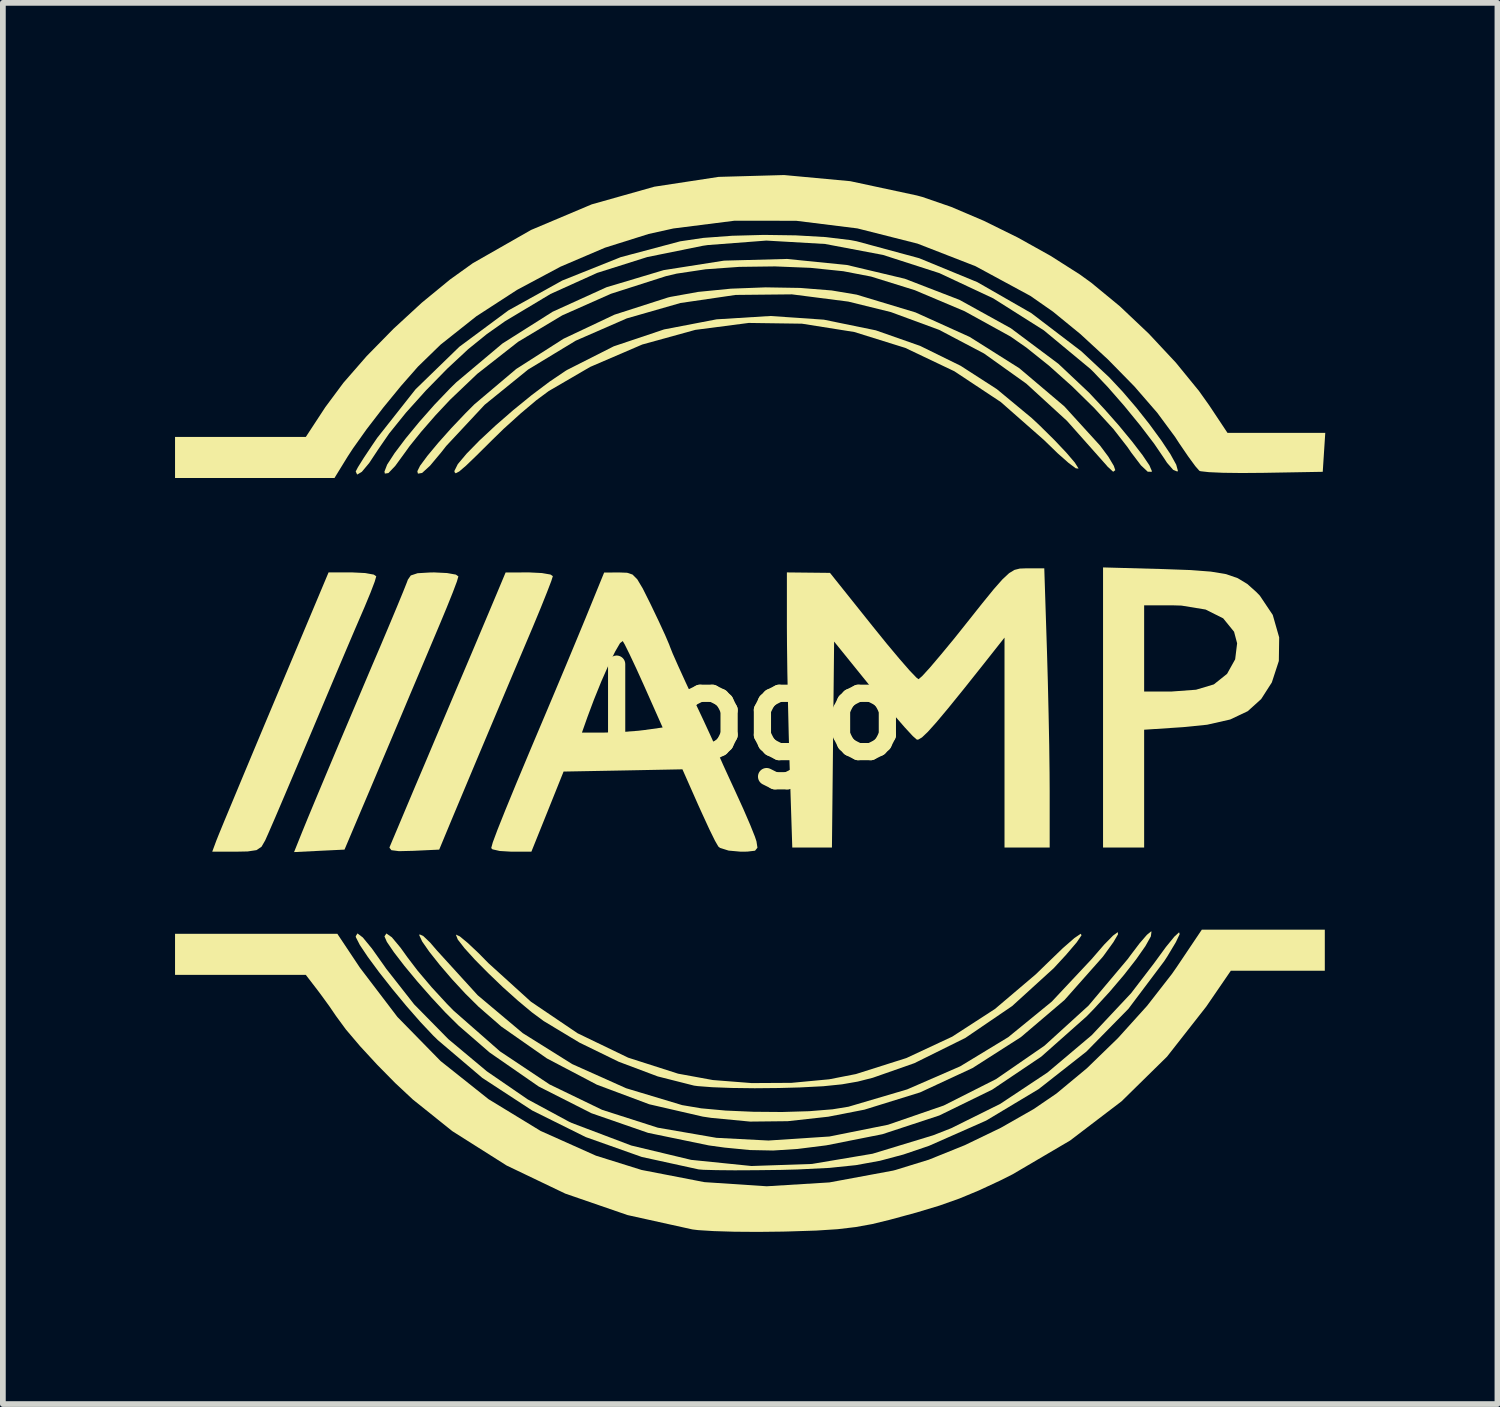
<source format=kicad_pcb>
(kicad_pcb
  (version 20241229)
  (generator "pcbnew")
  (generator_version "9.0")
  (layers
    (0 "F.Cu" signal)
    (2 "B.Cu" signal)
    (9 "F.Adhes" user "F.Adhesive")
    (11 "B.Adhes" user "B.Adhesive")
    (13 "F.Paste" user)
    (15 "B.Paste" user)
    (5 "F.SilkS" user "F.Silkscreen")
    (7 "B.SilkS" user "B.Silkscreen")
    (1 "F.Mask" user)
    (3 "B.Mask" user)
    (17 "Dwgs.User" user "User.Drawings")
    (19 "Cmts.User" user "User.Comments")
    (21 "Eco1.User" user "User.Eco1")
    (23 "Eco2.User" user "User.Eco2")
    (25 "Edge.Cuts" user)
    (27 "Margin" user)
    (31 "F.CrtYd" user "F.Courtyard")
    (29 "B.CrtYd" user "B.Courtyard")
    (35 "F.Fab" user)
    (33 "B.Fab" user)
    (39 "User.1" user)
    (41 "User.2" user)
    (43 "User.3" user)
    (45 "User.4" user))
  (footprint "Logo"
    (layer "F.Cu")
    (at 10.017 9.357)
    (property "Reference" "Logo" (at 0 0 0) (layer "F.SilkS") (effects (font (size 1.524 1.524) (thickness 0.3))))
    (attr board_only exclude_from_pos_files exclude_from_bom)
    (fp_poly (pts (xy -6.704 -2.422) (xy -6.554 -2.395) (xy -6.511 -2.365) (xy -6.538 -2.272) (xy -6.61 -2.083) (xy -6.713 -1.834) (xy -6.754 -1.739) (xy -6.879 -1.449) (xy -7.038 -1.076) (xy -7.211 -0.668) (xy -7.372 -0.286) (xy -7.651 0.376) (xy -7.897 0.957) (xy -8.105 1.447) (xy -8.27 1.834) (xy -8.389 2.108) (xy -8.446 2.236) (xy -8.51 2.347) (xy -8.598 2.406) (xy -8.752 2.429) (xy -8.953 2.433) (xy -9.369 2.433) (xy -9.296 2.236) (xy -9.251 2.124) (xy -9.158 1.898) (xy -9.023 1.574) (xy -8.854 1.168) (xy -8.658 0.699) (xy -8.442 0.183) (xy -8.282 -0.197) (xy -7.342 -2.433) (xy -6.927 -2.433)) (stroke (width 0) (type solid)) (fill yes) (layer "F.SilkS"))
    (fp_poly (pts (xy -5.277 -2.422) (xy -5.124 -2.395) (xy -5.08 -2.364) (xy -5.106 -2.274) (xy -5.178 -2.083) (xy -5.284 -1.819) (xy -5.392 -1.559) (xy -5.548 -1.189) (xy -5.735 -0.746) (xy -5.928 -0.29) (xy -6.08 0.072) (xy -6.256 0.489) (xy -6.447 0.94) (xy -6.628 1.369) (xy -6.761 1.681) (xy -7.064 2.397) (xy -7.503 2.418) (xy -7.943 2.44) (xy -7.805 2.096) (xy -7.706 1.854) (xy -7.557 1.496) (xy -7.364 1.036) (xy -7.134 0.489) (xy -6.872 -0.129) (xy -6.586 -0.804) (xy -6.44 -1.145) (xy -6.286 -1.51) (xy -6.15 -1.835) (xy -6.043 -2.095) (xy -5.976 -2.263) (xy -5.96 -2.307) (xy -5.909 -2.38) (xy -5.791 -2.419) (xy -5.572 -2.432) (xy -5.501 -2.433)) (stroke (width 0) (type solid)) (fill yes) (layer "F.SilkS"))
    (fp_poly (pts (xy -3.625 -2.422) (xy -3.475 -2.396) (xy -3.434 -2.368) (xy -3.461 -2.283) (xy -3.535 -2.09) (xy -3.645 -1.815) (xy -3.784 -1.48) (xy -3.87 -1.277) (xy -4.174 -0.559) (xy -4.475 0.155) (xy -4.76 0.832) (xy -5.015 1.44) (xy -5.206 1.896) (xy -5.414 2.397) (xy -5.864 2.418) (xy -6.115 2.424) (xy -6.247 2.407) (xy -6.281 2.364) (xy -6.276 2.347) (xy -6.227 2.23) (xy -6.131 2.003) (xy -5.998 1.687) (xy -5.837 1.305) (xy -5.656 0.879) (xy -5.466 0.429) (xy -5.275 -0.022) (xy -5.093 -0.452) (xy -5.011 -0.644) (xy -4.845 -1.035) (xy -4.686 -1.412) (xy -4.547 -1.741) (xy -4.444 -1.986) (xy -4.414 -2.057) (xy -4.257 -2.432) (xy -3.846 -2.433)) (stroke (width 0) (type solid)) (fill yes) (layer "F.SilkS"))
    (fp_poly (pts (xy 7.209 -2.491) (xy 7.679 -2.474) (xy 8.032 -2.447) (xy 8.297 -2.403) (xy 8.499 -2.333) (xy 8.666 -2.232) (xy 8.824 -2.091) (xy 8.885 -2.028) (xy 9.11 -1.692) (xy 9.222 -1.3) (xy 9.216 -0.89) (xy 9.094 -0.516) (xy 8.908 -0.226) (xy 8.674 -0.015) (xy 8.368 0.13) (xy 7.966 0.221) (xy 7.548 0.263) (xy 6.869 0.308) (xy 6.869 2.361) (xy 6.153 2.361) (xy 6.153 -1.86) (xy 6.869 -1.86) (xy 6.869 -0.358) (xy 7.352 -0.358) (xy 7.773 -0.389) (xy 8.081 -0.481) (xy 8.085 -0.483) (xy 8.314 -0.666) (xy 8.455 -0.919) (xy 8.489 -1.198) (xy 8.436 -1.399) (xy 8.246 -1.633) (xy 7.94 -1.786) (xy 7.519 -1.855) (xy 7.352 -1.86) (xy 6.869 -1.86) (xy 6.153 -1.86) (xy 6.153 -2.52)) (stroke (width 0) (type solid)) (fill yes) (layer "F.SilkS"))
    (fp_poly (pts (xy 0.875 -7.39) (xy 1.425 -7.346) (xy 1.86 -7.273) (xy 2.886 -6.963) (xy 3.83 -6.536) (xy 4.694 -5.991) (xy 5.477 -5.328) (xy 6.101 -4.643) (xy 6.245 -4.45) (xy 6.341 -4.289) (xy 6.366 -4.214) (xy 6.329 -4.187) (xy 6.233 -4.275) (xy 6.218 -4.293) (xy 5.524 -5.074) (xy 4.816 -5.722) (xy 4.08 -6.247) (xy 3.298 -6.659) (xy 2.456 -6.969) (xy 1.714 -7.152) (xy 0.732 -7.278) (xy -0.249 -7.268) (xy -1.212 -7.127) (xy -2.146 -6.859) (xy -3.035 -6.471) (xy -3.865 -5.968) (xy -4.622 -5.354) (xy -5.292 -4.636) (xy -5.379 -4.525) (xy -5.574 -4.292) (xy -5.712 -4.166) (xy -5.785 -4.154) (xy -5.795 -4.196) (xy -5.748 -4.291) (xy -5.62 -4.464) (xy -5.432 -4.69) (xy -5.203 -4.947) (xy -4.954 -5.209) (xy -4.801 -5.362) (xy -4.072 -5.978) (xy -3.249 -6.504) (xy -2.36 -6.924) (xy -1.433 -7.222) (xy -1.385 -7.234) (xy -0.901 -7.321) (xy -0.333 -7.377) (xy 0.274 -7.4)) (stroke (width 0) (type solid)) (fill yes) (layer "F.SilkS"))
    (fp_poly (pts (xy 6.414 3.872) (xy 6.334 4.009) (xy 6.162 4.247) (xy 6.145 4.269) (xy 5.482 5.017) (xy 4.722 5.664) (xy 3.879 6.203) (xy 2.966 6.627) (xy 1.996 6.928) (xy 1.365 7.051) (xy 0.659 7.129) (xy 0.003 7.136) (xy -0.676 7.071) (xy -0.823 7.049) (xy -1.755 6.834) (xy -2.669 6.492) (xy -3.538 6.035) (xy -4.332 5.48) (xy -4.728 5.135) (xy -4.96 4.905) (xy -5.193 4.653) (xy -5.408 4.402) (xy -5.587 4.176) (xy -5.711 3.998) (xy -5.761 3.89) (xy -5.757 3.873) (xy -5.694 3.901) (xy -5.573 4.016) (xy -5.457 4.151) (xy -4.743 4.935) (xy -3.958 5.595) (xy -3.097 6.134) (xy -2.157 6.555) (xy -1.181 6.849) (xy -0.849 6.905) (xy -0.422 6.944) (xy 0.061 6.965) (xy 0.559 6.969) (xy 1.032 6.955) (xy 1.44 6.922) (xy 1.717 6.877) (xy 2.74 6.575) (xy 3.664 6.173) (xy 4.501 5.665) (xy 5.26 5.045) (xy 5.952 4.307) (xy 6.171 4.054) (xy 6.326 3.896) (xy 6.409 3.835)) (stroke (width 0) (type solid)) (fill yes) (layer "F.SilkS"))
    (fp_poly (pts (xy 1.288 -6.837) (xy 2.194 -6.651) (xy 2.966 -6.38) (xy 3.672 -6.033) (xy 4.303 -5.626) (xy 4.91 -5.123) (xy 5.054 -4.988) (xy 5.305 -4.74) (xy 5.514 -4.519) (xy 5.66 -4.348) (xy 5.723 -4.249) (xy 5.724 -4.242) (xy 5.678 -4.247) (xy 5.552 -4.341) (xy 5.365 -4.506) (xy 5.136 -4.728) (xy 5.126 -4.738) (xy 4.371 -5.402) (xy 3.562 -5.938) (xy 2.707 -6.345) (xy 1.819 -6.622) (xy 0.906 -6.767) (xy -0.021 -6.78) (xy -0.952 -6.659) (xy -1.876 -6.404) (xy -2.783 -6.014) (xy -3.506 -5.593) (xy -3.723 -5.432) (xy -3.997 -5.201) (xy -4.29 -4.936) (xy -4.489 -4.742) (xy -4.761 -4.472) (xy -4.948 -4.292) (xy -5.065 -4.192) (xy -5.127 -4.16) (xy -5.148 -4.182) (xy -5.148 -4.204) (xy -5.09 -4.32) (xy -4.937 -4.502) (xy -4.711 -4.733) (xy -4.433 -4.992) (xy -4.123 -5.262) (xy -3.802 -5.523) (xy -3.491 -5.757) (xy -3.211 -5.946) (xy -3.184 -5.962) (xy -2.372 -6.373) (xy -1.496 -6.667) (xy -0.58 -6.843) (xy 0.356 -6.901)) (stroke (width 0) (type solid)) (fill yes) (layer "F.SilkS"))
    (fp_poly (pts (xy 5.778 3.889) (xy 5.694 4.013) (xy 5.506 4.233) (xy 5.293 4.464) (xy 4.569 5.123) (xy 3.754 5.678) (xy 2.866 6.118) (xy 2.142 6.372) (xy 1.879 6.439) (xy 1.603 6.487) (xy 1.278 6.52) (xy 0.87 6.541) (xy 0.501 6.551) (xy 0.083 6.555) (xy -0.315 6.55) (xy -0.657 6.537) (xy -0.907 6.518) (xy -0.974 6.509) (xy -1.606 6.349) (xy -2.285 6.094) (xy -2.97 5.76) (xy -3.594 5.384) (xy -3.802 5.23) (xy -4.046 5.026) (xy -4.306 4.793) (xy -4.56 4.549) (xy -4.79 4.317) (xy -4.973 4.115) (xy -5.091 3.963) (xy -5.122 3.883) (xy -5.12 3.879) (xy -5.055 3.909) (xy -4.916 4.024) (xy -4.724 4.205) (xy -4.559 4.373) (xy -3.816 5.047) (xy -3.003 5.597) (xy -2.122 6.022) (xy -1.252 6.301) (xy -0.646 6.412) (xy 0.03 6.465) (xy 0.724 6.461) (xy 1.381 6.399) (xy 1.846 6.308) (xy 2.726 6.029) (xy 3.525 5.656) (xy 4.269 5.174) (xy 4.983 4.568) (xy 5.162 4.394) (xy 5.452 4.114) (xy 5.654 3.938) (xy 5.764 3.863)) (stroke (width 0) (type solid)) (fill yes) (layer "F.SilkS"))
    (fp_poly (pts (xy 5.176 -1.055) (xy 5.191 -0.528) (xy 5.204 0.03) (xy 5.215 0.574) (xy 5.221 1.057) (xy 5.223 1.377) (xy 5.223 2.361) (xy 4.436 2.361) (xy 4.436 -1.297) (xy 4.079 -0.845) (xy 3.729 -0.405) (xy 3.455 -0.067) (xy 3.249 0.179) (xy 3.1 0.345) (xy 2.998 0.442) (xy 2.933 0.48) (xy 2.909 0.481) (xy 2.837 0.418) (xy 2.694 0.263) (xy 2.498 0.037) (xy 2.266 -0.241) (xy 2.147 -0.387) (xy 1.467 -1.228) (xy 1.448 0.567) (xy 1.429 2.361) (xy 0.738 2.361) (xy 0.691 0.912) (xy 0.676 0.389) (xy 0.663 -0.162) (xy 0.652 -0.696) (xy 0.646 -1.169) (xy 0.644 -1.485) (xy 0.644 -2.433) (xy 1.02 -2.429) (xy 1.395 -2.425) (xy 2.135 -1.499) (xy 2.385 -1.19) (xy 2.607 -0.925) (xy 2.784 -0.722) (xy 2.901 -0.6) (xy 2.938 -0.572) (xy 3.001 -0.626) (xy 3.136 -0.774) (xy 3.327 -0.999) (xy 3.56 -1.281) (xy 3.765 -1.538) (xy 4.043 -1.888) (xy 4.249 -2.141) (xy 4.401 -2.313) (xy 4.516 -2.42) (xy 4.61 -2.477) (xy 4.702 -2.5) (xy 4.808 -2.504) (xy 4.829 -2.504) (xy 5.129 -2.504)) (stroke (width 0) (type solid)) (fill yes) (layer "F.SilkS"))
    (fp_poly (pts (xy 6.997 3.825) (xy 6.986 3.909) (xy 6.892 4.077) (xy 6.731 4.307) (xy 6.518 4.58) (xy 6.268 4.874) (xy 5.997 5.169) (xy 5.869 5.301) (xy 5.077 6.004) (xy 4.222 6.579) (xy 3.301 7.029) (xy 2.308 7.356) (xy 1.33 7.55) (xy 0.828 7.613) (xy 0.405 7.64) (xy 0.001 7.632) (xy -0.442 7.589) (xy -0.717 7.551) (xy -1.776 7.332) (xy -2.762 6.99) (xy -3.68 6.525) (xy -4.536 5.932) (xy -5.076 5.464) (xy -5.305 5.237) (xy -5.552 4.971) (xy -5.798 4.691) (xy -6.022 4.421) (xy -6.204 4.184) (xy -6.326 4.005) (xy -6.368 3.909) (xy -6.334 3.858) (xy -6.239 3.925) (xy -6.088 4.106) (xy -5.968 4.273) (xy -5.789 4.508) (xy -5.546 4.795) (xy -5.28 5.084) (xy -5.161 5.205) (xy -4.354 5.913) (xy -3.492 6.488) (xy -2.576 6.931) (xy -1.606 7.242) (xy -0.583 7.419) (xy 0.322 7.466) (xy 1.385 7.396) (xy 2.406 7.191) (xy 3.377 6.856) (xy 4.288 6.396) (xy 5.132 5.814) (xy 5.9 5.115) (xy 6.583 4.304) (xy 6.633 4.236) (xy 6.79 4.029) (xy 6.916 3.883) (xy 6.989 3.823)) (stroke (width 0) (type solid)) (fill yes) (layer "F.SilkS"))
    (fp_poly (pts (xy 1.695 -7.789) (xy 2.699 -7.55) (xy 3.652 -7.182) (xy 4.547 -6.687) (xy 5.375 -6.068) (xy 5.91 -5.564) (xy 6.176 -5.279) (xy 6.431 -4.99) (xy 6.657 -4.716) (xy 6.839 -4.479) (xy 6.96 -4.3) (xy 7.004 -4.198) (xy 7 -4.186) (xy 6.931 -4.188) (xy 6.814 -4.298) (xy 6.643 -4.523) (xy 6.58 -4.615) (xy 6.333 -4.932) (xy 6 -5.296) (xy 5.614 -5.675) (xy 5.209 -6.037) (xy 4.818 -6.35) (xy 4.541 -6.543) (xy 3.741 -6.984) (xy 2.872 -7.351) (xy 2.111 -7.588) (xy 1.628 -7.681) (xy 1.056 -7.74) (xy 0.438 -7.765) (xy -0.185 -7.757) (xy -0.771 -7.715) (xy -1.278 -7.639) (xy -1.467 -7.594) (xy -2.422 -7.288) (xy -3.27 -6.912) (xy -4.038 -6.452) (xy -4.751 -5.893) (xy -5.223 -5.443) (xy -5.48 -5.169) (xy -5.728 -4.884) (xy -5.931 -4.632) (xy -6.01 -4.522) (xy -6.18 -4.289) (xy -6.299 -4.164) (xy -6.361 -4.155) (xy -6.368 -4.191) (xy -6.321 -4.312) (xy -6.191 -4.512) (xy -5.998 -4.768) (xy -5.76 -5.057) (xy -5.496 -5.356) (xy -5.223 -5.641) (xy -5.117 -5.745) (xy -4.313 -6.421) (xy -3.438 -6.975) (xy -2.499 -7.402) (xy -1.504 -7.7) (xy -0.462 -7.864) (xy -0.44 -7.866) (xy 0.646 -7.895)) (stroke (width 0) (type solid)) (fill yes) (layer "F.SilkS"))
    (fp_poly (pts (xy 7.488 3.87) (xy 7.421 4.011) (xy 7.271 4.261) (xy 7.218 4.342) (xy 6.595 5.171) (xy 5.862 5.917) (xy 5.031 6.57) (xy 4.115 7.119) (xy 3.128 7.555) (xy 3.112 7.561) (xy 2.674 7.71) (xy 2.265 7.819) (xy 1.847 7.895) (xy 1.382 7.943) (xy 0.83 7.97) (xy 0.537 7.978) (xy 0.118 7.983) (xy -0.266 7.985) (xy -0.584 7.982) (xy -0.809 7.976) (xy -0.894 7.969) (xy -1.885 7.752) (xy -2.861 7.406) (xy -3.795 6.942) (xy -4.663 6.375) (xy -5.438 5.716) (xy -5.522 5.634) (xy -5.745 5.397) (xy -5.989 5.118) (xy -6.234 4.822) (xy -6.463 4.531) (xy -6.657 4.268) (xy -6.797 4.059) (xy -6.865 3.926) (xy -6.869 3.906) (xy -6.838 3.857) (xy -6.745 3.928) (xy -6.587 4.12) (xy -6.363 4.436) (xy -6.338 4.472) (xy -5.851 5.093) (xy -5.255 5.699) (xy -4.584 6.26) (xy -3.872 6.749) (xy -3.152 7.138) (xy -3.102 7.161) (xy -2.067 7.553) (xy -1.024 7.803) (xy 0.027 7.91) (xy 1.081 7.874) (xy 2.137 7.696) (xy 3.192 7.375) (xy 3.506 7.252) (xy 4.362 6.827) (xy 5.186 6.28) (xy 5.955 5.631) (xy 6.641 4.9) (xy 7.041 4.378) (xy 7.249 4.093) (xy 7.397 3.912) (xy 7.478 3.838)) (stroke (width 0) (type solid)) (fill yes) (layer "F.SilkS"))
    (fp_poly (pts (xy 0.8 -8.306) (xy 1.32 -8.276) (xy 1.756 -8.223) (xy 1.86 -8.203) (xy 2.949 -7.908) (xy 3.962 -7.491) (xy 4.903 -6.951) (xy 5.775 -6.286) (xy 6.261 -5.832) (xy 6.494 -5.583) (xy 6.734 -5.303) (xy 6.963 -5.013) (xy 7.165 -4.737) (xy 7.326 -4.495) (xy 7.428 -4.31) (xy 7.457 -4.204) (xy 7.448 -4.19) (xy 7.375 -4.22) (xy 7.268 -4.343) (xy 7.219 -4.418) (xy 7.044 -4.675) (xy 6.801 -4.994) (xy 6.522 -5.335) (xy 6.238 -5.66) (xy 5.984 -5.928) (xy 5.928 -5.982) (xy 5.121 -6.651) (xy 4.24 -7.208) (xy 3.301 -7.648) (xy 2.319 -7.965) (xy 1.309 -8.156) (xy 0.286 -8.215) (xy -0.735 -8.137) (xy -0.823 -8.124) (xy -1.789 -7.928) (xy -2.662 -7.652) (xy -3.476 -7.284) (xy -4.268 -6.809) (xy -4.584 -6.586) (xy -4.91 -6.322) (xy -5.274 -5.983) (xy -5.645 -5.604) (xy -5.993 -5.217) (xy -6.285 -4.855) (xy -6.472 -4.584) (xy -6.634 -4.339) (xy -6.762 -4.186) (xy -6.844 -4.138) (xy -6.869 -4.192) (xy -6.831 -4.265) (xy -6.729 -4.428) (xy -6.581 -4.65) (xy -6.493 -4.779) (xy -5.826 -5.624) (xy -5.063 -6.365) (xy -4.209 -6.998) (xy -3.27 -7.519) (xy -2.252 -7.926) (xy -1.216 -8.202) (xy -0.811 -8.262) (xy -0.31 -8.299) (xy 0.242 -8.314)) (stroke (width 0) (type solid)) (fill yes) (layer "F.SilkS"))
    (fp_poly (pts (xy 10.017 4.508) (xy 8.379 4.508) (xy 7.95 5.134) (xy 7.268 6.004) (xy 6.476 6.782) (xy 5.579 7.466) (xy 4.578 8.054) (xy 4.359 8.164) (xy 3.989 8.336) (xy 3.652 8.476) (xy 3.305 8.599) (xy 2.904 8.72) (xy 2.433 8.848) (xy 2.129 8.922) (xy 1.84 8.974) (xy 1.528 9.011) (xy 1.155 9.035) (xy 0.684 9.05) (xy 0.572 9.053) (xy 0.141 9.058) (xy -0.272 9.055) (xy -0.633 9.044) (xy -0.904 9.027) (xy -1.002 9.015) (xy -2.132 8.765) (xy -3.217 8.391) (xy -4.24 7.901) (xy -5.185 7.303) (xy -5.874 6.751) (xy -6.18 6.465) (xy -6.495 6.145) (xy -6.792 5.823) (xy -7.04 5.531) (xy -7.21 5.299) (xy -7.213 5.295) (xy -7.329 5.125) (xy -7.481 4.916) (xy -7.533 4.847) (xy -7.739 4.579) (xy -10.017 4.579) (xy -10.017 3.864) (xy -7.189 3.864) (xy -6.796 4.454) (xy -6.142 5.313) (xy -5.39 6.081) (xy -4.554 6.746) (xy -3.647 7.299) (xy -2.683 7.73) (xy -1.887 7.979) (xy -0.793 8.191) (xy 0.293 8.263) (xy 1.384 8.196) (xy 2.494 7.99) (xy 2.54 7.978) (xy 3.117 7.8) (xy 3.744 7.547) (xy 4.37 7.245) (xy 4.944 6.918) (xy 5.34 6.648) (xy 5.871 6.207) (xy 6.412 5.682) (xy 6.921 5.118) (xy 7.354 4.562) (xy 7.438 4.441) (xy 7.874 3.792) (xy 10.017 3.792)) (stroke (width 0) (type solid)) (fill yes) (layer "F.SilkS"))
    (fp_poly (pts (xy 1.749 -9.25) (xy 2.909 -9.001) (xy 3.005 -8.975) (xy 3.507 -8.802) (xy 4.075 -8.56) (xy 4.667 -8.268) (xy 5.239 -7.949) (xy 5.748 -7.625) (xy 5.946 -7.482) (xy 6.444 -7.072) (xy 6.948 -6.595) (xy 7.421 -6.089) (xy 7.825 -5.594) (xy 8 -5.348) (xy 8.321 -4.865) (xy 10.025 -4.865) (xy 10.003 -4.525) (xy 9.981 -4.186) (xy 8.944 -4.168) (xy 8.569 -4.165) (xy 8.244 -4.169) (xy 7.996 -4.18) (xy 7.853 -4.196) (xy 7.831 -4.204) (xy 7.76 -4.285) (xy 7.635 -4.456) (xy 7.478 -4.686) (xy 7.408 -4.794) (xy 7.098 -5.214) (xy 6.698 -5.675) (xy 6.239 -6.143) (xy 5.756 -6.588) (xy 5.28 -6.977) (xy 4.887 -7.251) (xy 3.93 -7.769) (xy 2.92 -8.162) (xy 1.873 -8.427) (xy 0.805 -8.56) (xy -0.27 -8.561) (xy -1.334 -8.426) (xy -1.766 -8.33) (xy -2.526 -8.091) (xy -3.301 -7.76) (xy -4.059 -7.355) (xy -4.767 -6.896) (xy -5.39 -6.402) (xy -5.784 -6.019) (xy -6.079 -5.683) (xy -6.388 -5.306) (xy -6.678 -4.929) (xy -6.917 -4.593) (xy -7.011 -4.449) (xy -7.239 -4.078) (xy -10.017 -4.078) (xy -10.017 -4.794) (xy -7.738 -4.794) (xy -7.398 -5.313) (xy -7.084 -5.736) (xy -6.678 -6.202) (xy -6.211 -6.678) (xy -5.717 -7.133) (xy -5.225 -7.537) (xy -4.83 -7.82) (xy -3.814 -8.4) (xy -2.757 -8.846) (xy -1.665 -9.154) (xy -0.545 -9.325) (xy 0.595 -9.357)) (stroke (width 0) (type solid)) (fill yes) (layer "F.SilkS"))
    (fp_poly (pts (xy -2.14 -2.427) (xy -2.046 -2.396) (xy -1.963 -2.313) (xy -1.868 -2.154) (xy -1.738 -1.894) (xy -1.72 -1.857) (xy -1.588 -1.581) (xy -1.477 -1.34) (xy -1.406 -1.174) (xy -1.393 -1.138) (xy -1.346 -1.02) (xy -1.25 -0.803) (xy -1.12 -0.518) (xy -0.969 -0.195) (xy -0.96 -0.176) (xy -0.813 0.136) (xy -0.692 0.398) (xy -0.608 0.584) (xy -0.573 0.67) (xy -0.572 0.672) (xy -0.544 0.746) (xy -0.467 0.92) (xy -0.354 1.167) (xy -0.252 1.388) (xy -0.113 1.693) (xy 0.005 1.966) (xy 0.087 2.171) (xy 0.114 2.253) (xy 0.131 2.364) (xy 0.089 2.416) (xy -0.046 2.432) (xy -0.162 2.433) (xy -0.372 2.414) (xy -0.521 2.367) (xy -0.551 2.343) (xy -0.609 2.242) (xy -0.707 2.043) (xy -0.828 1.78) (xy -0.898 1.626) (xy -1.176 0.998) (xy -2.211 1.018) (xy -3.247 1.037) (xy -3.527 1.735) (xy -3.808 2.433) (xy -4.158 2.433) (xy -4.359 2.421) (xy -4.486 2.392) (xy -4.508 2.37) (xy -4.481 2.272) (xy -4.399 2.052) (xy -4.262 1.709) (xy -4.069 1.239) (xy -3.819 0.642) (xy -3.699 0.358) (xy -2.927 0.358) (xy -2.547 0.358) (xy -2.249 0.349) (xy -1.946 0.326) (xy -1.844 0.314) (xy -1.521 0.269) (xy -1.843 -0.456) (xy -1.978 -0.754) (xy -2.095 -1.003) (xy -2.18 -1.175) (xy -2.216 -1.237) (xy -2.263 -1.201) (xy -2.348 -1.055) (xy -2.46 -0.826) (xy -2.588 -0.537) (xy -2.719 -0.213) (xy -2.832 0.089) (xy -2.927 0.358) (xy -3.699 0.358) (xy -3.578 0.072) (xy -3.395 -0.362) (xy -3.202 -0.822) (xy -3.02 -1.26) (xy -2.868 -1.627) (xy -2.839 -1.698) (xy -2.54 -2.431) (xy -2.271 -2.432)) (stroke (width 0) (type solid)) (fill yes) (layer "F.SilkS")))
  (gr_rect
    (start -3 -3)
    (end 23.042 21.415)
    (stroke (width 0.1) (type default))
    (fill no)
    (layer "Edge.Cuts")))
</source>
